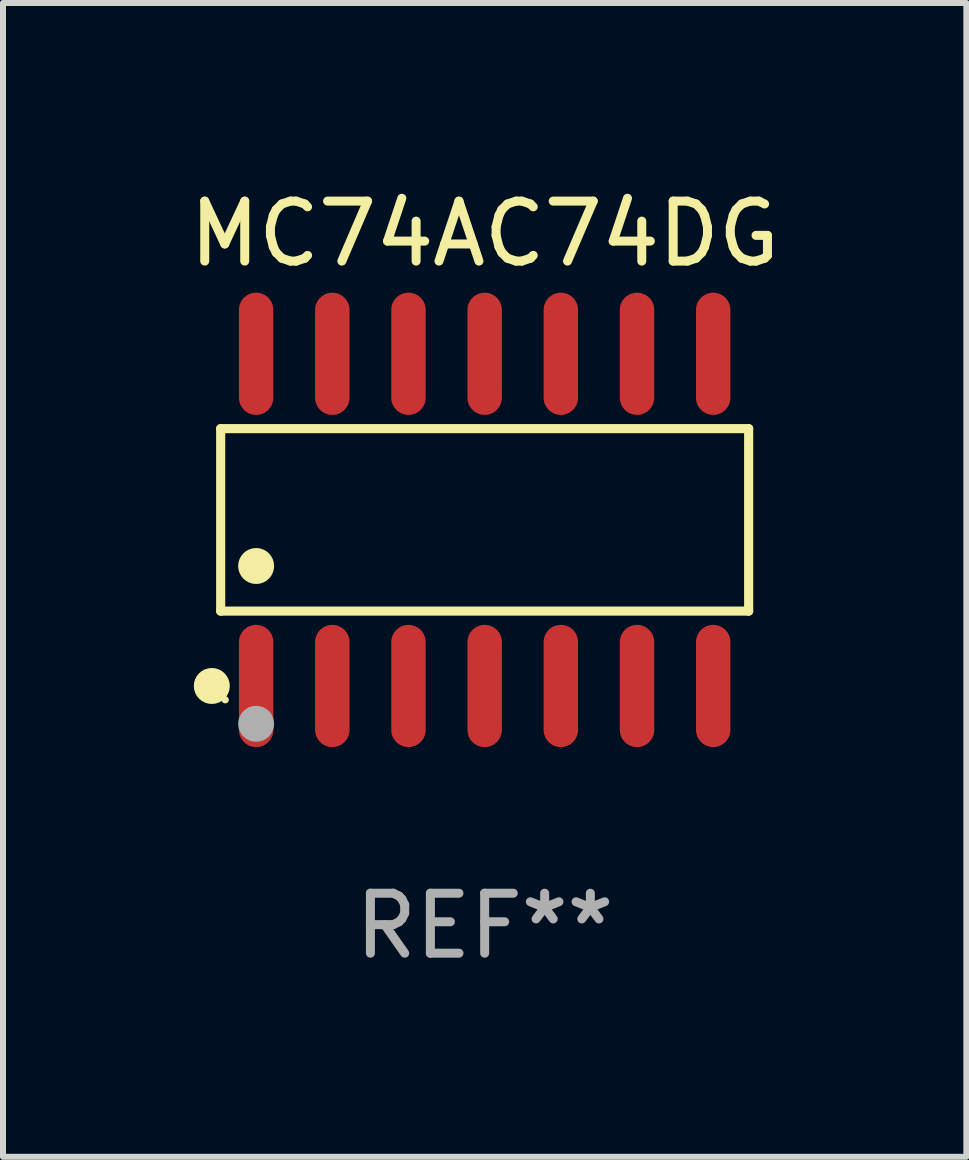
<source format=kicad_pcb>
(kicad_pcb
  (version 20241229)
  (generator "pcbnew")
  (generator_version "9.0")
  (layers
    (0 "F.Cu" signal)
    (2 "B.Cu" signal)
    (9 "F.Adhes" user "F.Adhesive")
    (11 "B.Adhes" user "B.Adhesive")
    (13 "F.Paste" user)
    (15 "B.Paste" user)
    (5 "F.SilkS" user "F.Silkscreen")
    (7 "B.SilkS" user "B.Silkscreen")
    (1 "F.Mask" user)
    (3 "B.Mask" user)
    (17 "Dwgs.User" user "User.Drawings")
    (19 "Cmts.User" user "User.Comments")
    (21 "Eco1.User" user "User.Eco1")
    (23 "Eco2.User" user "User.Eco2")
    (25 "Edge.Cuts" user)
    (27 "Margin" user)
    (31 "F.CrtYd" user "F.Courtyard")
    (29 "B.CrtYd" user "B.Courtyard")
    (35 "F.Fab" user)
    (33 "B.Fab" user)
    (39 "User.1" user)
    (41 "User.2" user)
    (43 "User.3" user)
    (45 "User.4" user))
  (footprint "MC74AC74DG"
    (layer "F.Cu")
    (at 5.03 5.617)
    (property "Reference" "MC74AC74DG" (at 0 -4.769 0) (layer "F.SilkS") (effects (font (size 1 1) (thickness 0.15))))
    (attr through_hole)
    (fp_line (start -4.401 -1.521) (end 4.401 -1.521) (stroke (width 0.152) (type solid)) (layer "F.SilkS"))
    (fp_line (start -4.401 1.521) (end -4.401 -1.521) (stroke (width 0.152) (type solid)) (layer "F.SilkS"))
    (fp_line (start 4.401 -1.521) (end 4.401 1.521) (stroke (width 0.152) (type solid)) (layer "F.SilkS"))
    (fp_line (start 4.401 1.521) (end -4.401 1.521) (stroke (width 0.152) (type solid)) (layer "F.SilkS"))
    (fp_circle (center -4.549 2.769) (end -4.399 2.769) (stroke (width 0.3) (type solid)) (fill no) (layer "F.SilkS"))
    (fp_circle (center -4.325 3) (end -4.295 3) (stroke (width 0.06) (type solid)) (fill no) (layer "F.SilkS"))
    (fp_circle (center -3.81 0.769) (end -3.66 0.769) (stroke (width 0.3) (type solid)) (fill no) (layer "F.SilkS"))
    (fp_circle (center -3.81 3.4) (end -3.66 3.4) (stroke (width 0.3) (type solid)) (fill no) (layer "F.Fab"))
    (fp_text user "REF**" (at 0 6.769 0) (layer "F.Fab") (effects (font (size 1 1) (thickness 0.15))))
    (pad "1" smd oval (at -3.81 2.769) (size 0.574 2.038) (layers "F.Cu" "F.Mask" "F.Paste"))
    (pad "2" smd oval (at -2.54 2.769) (size 0.574 2.038) (layers "F.Cu" "F.Mask" "F.Paste"))
    (pad "3" smd oval (at -1.27 2.769) (size 0.574 2.038) (layers "F.Cu" "F.Mask" "F.Paste"))
    (pad "4" smd oval (at 0 2.769) (size 0.574 2.038) (layers "F.Cu" "F.Mask" "F.Paste"))
    (pad "5" smd oval (at 1.27 2.769) (size 0.574 2.038) (layers "F.Cu" "F.Mask" "F.Paste"))
    (pad "6" smd oval (at 2.54 2.769) (size 0.574 2.038) (layers "F.Cu" "F.Mask" "F.Paste"))
    (pad "7" smd oval (at 3.81 2.769) (size 0.574 2.038) (layers "F.Cu" "F.Mask" "F.Paste"))
    (pad "8" smd oval (at 3.81 -2.769) (size 0.574 2.038) (layers "F.Cu" "F.Mask" "F.Paste"))
    (pad "9" smd oval (at 2.54 -2.769) (size 0.574 2.038) (layers "F.Cu" "F.Mask" "F.Paste"))
    (pad "10" smd oval (at 1.27 -2.769) (size 0.574 2.038) (layers "F.Cu" "F.Mask" "F.Paste"))
    (pad "11" smd oval (at 0 -2.769) (size 0.574 2.038) (layers "F.Cu" "F.Mask" "F.Paste"))
    (pad "12" smd oval (at -1.27 -2.769) (size 0.574 2.038) (layers "F.Cu" "F.Mask" "F.Paste"))
    (pad "13" smd oval (at -2.54 -2.769) (size 0.574 2.038) (layers "F.Cu" "F.Mask" "F.Paste"))
    (pad "14" smd oval (at -3.81 -2.769) (size 0.574 2.038) (layers "F.Cu" "F.Mask" "F.Paste")))
  (gr_rect
    (start -3 -3)
    (end 13.06 16.235)
    (stroke (width 0.1) (type default))
    (fill no)
    (layer "Edge.Cuts")))
</source>
